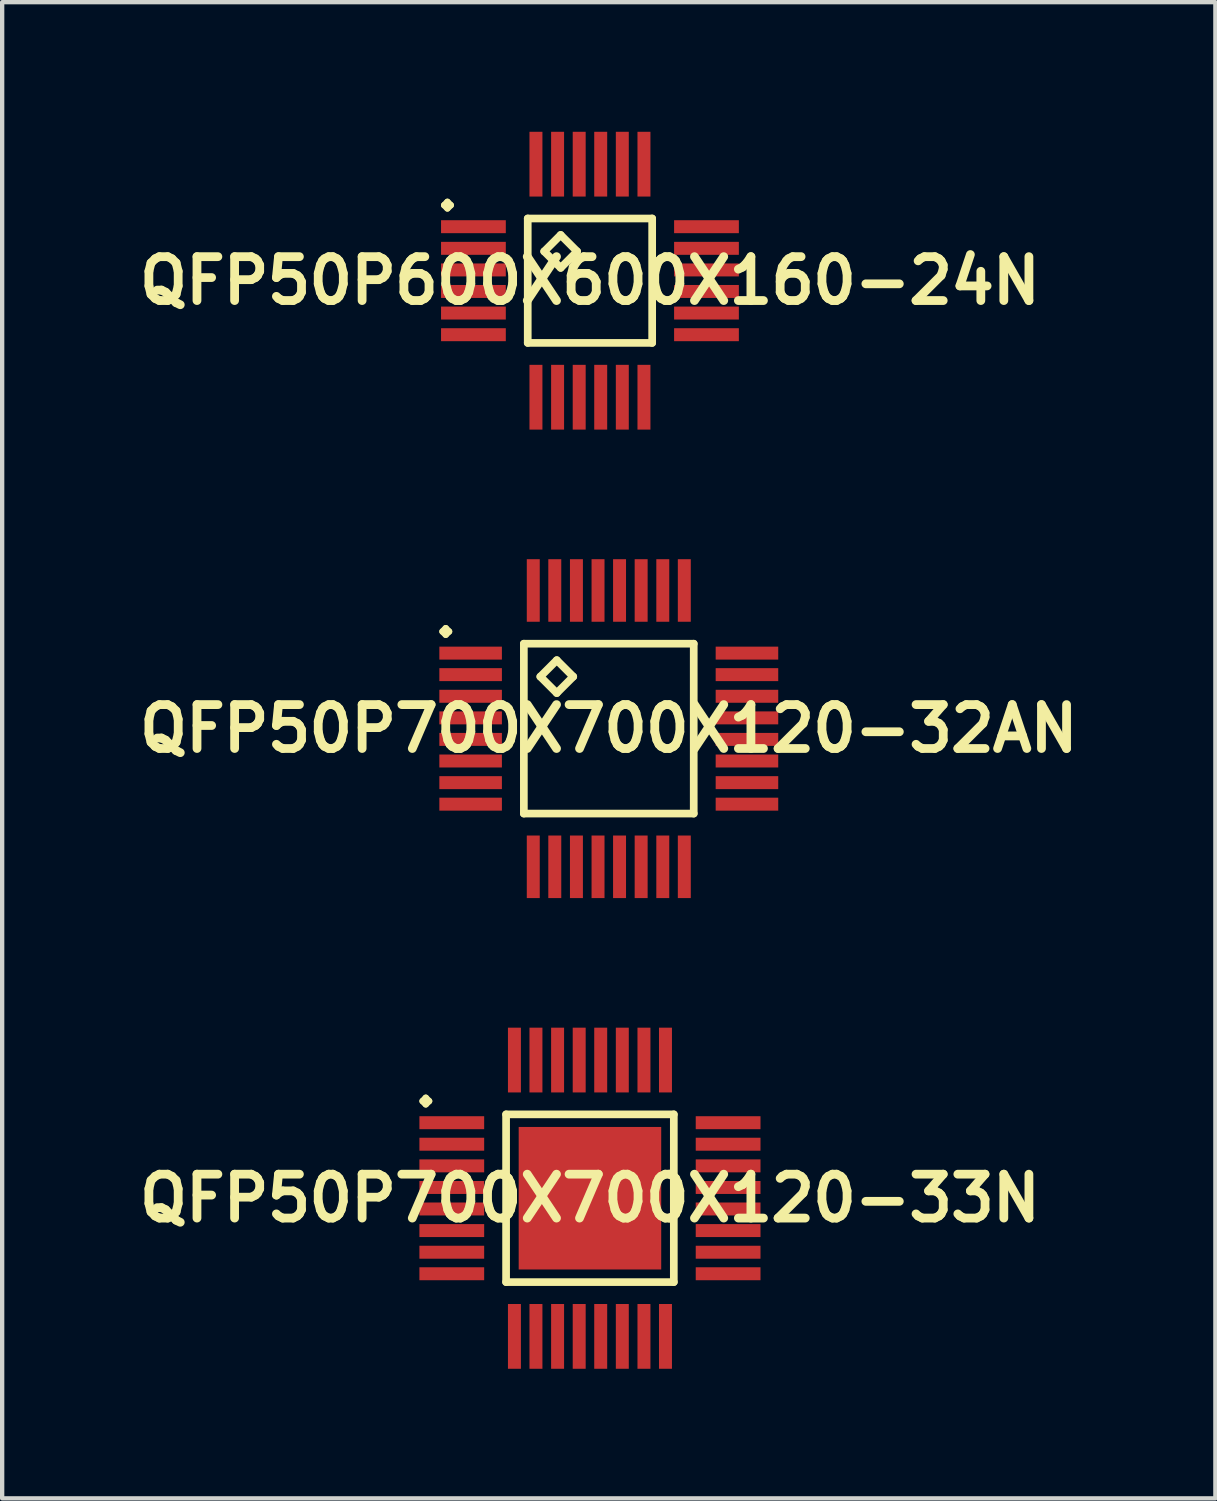
<source format=kicad_pcb>
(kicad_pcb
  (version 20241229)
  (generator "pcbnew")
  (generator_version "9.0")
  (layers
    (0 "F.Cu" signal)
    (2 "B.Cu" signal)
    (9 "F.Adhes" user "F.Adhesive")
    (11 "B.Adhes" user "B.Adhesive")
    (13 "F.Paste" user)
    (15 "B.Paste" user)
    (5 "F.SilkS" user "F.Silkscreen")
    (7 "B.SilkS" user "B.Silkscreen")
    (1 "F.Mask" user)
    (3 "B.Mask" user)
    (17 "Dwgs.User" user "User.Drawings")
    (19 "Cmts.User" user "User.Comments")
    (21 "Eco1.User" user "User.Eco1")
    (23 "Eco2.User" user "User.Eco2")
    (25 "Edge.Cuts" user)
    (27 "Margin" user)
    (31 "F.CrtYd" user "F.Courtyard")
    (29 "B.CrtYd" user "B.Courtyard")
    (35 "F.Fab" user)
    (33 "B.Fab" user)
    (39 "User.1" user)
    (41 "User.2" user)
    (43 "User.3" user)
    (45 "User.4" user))
  (footprint "QFP50P600X600X160-24N"
    (layer "F.Cu")
    (at 10.605 3.447)
    (property "Reference" "QFP50P600X600X160-24N" (at 0 0 0) (layer "F.SilkS") (effects (font (size 1.016 1.016) (thickness 0.203))))
    (attr smd)
    (fp_line (start -3.373 -1.748) (end -3.299 -1.824) (stroke (width 0.15) (type solid)) (layer "F.SilkS"))
    (fp_line (start -3.299 -1.824) (end -3.223 -1.748) (stroke (width 0.15) (type solid)) (layer "F.SilkS"))
    (fp_line (start -3.299 -1.674) (end -3.373 -1.748) (stroke (width 0.15) (type solid)) (layer "F.SilkS"))
    (fp_line (start -3.223 -1.748) (end -3.299 -1.674) (stroke (width 0.15) (type solid)) (layer "F.SilkS"))
    (fp_line (start -1.44 -1.44) (end -1.44 1.44) (stroke (width 0.178) (type solid)) (layer "F.SilkS"))
    (fp_line (start -1.44 1.44) (end 1.44 1.44) (stroke (width 0.178) (type solid)) (layer "F.SilkS"))
    (fp_line (start -1.059 -0.678) (end -0.678 -1.059) (stroke (width 0.178) (type solid)) (layer "F.SilkS"))
    (fp_line (start -0.678 -1.059) (end -0.297 -0.678) (stroke (width 0.178) (type solid)) (layer "F.SilkS"))
    (fp_line (start -0.678 -0.297) (end -1.059 -0.678) (stroke (width 0.178) (type solid)) (layer "F.SilkS"))
    (fp_line (start -0.297 -0.678) (end -0.678 -0.297) (stroke (width 0.178) (type solid)) (layer "F.SilkS"))
    (fp_line (start 1.44 -1.44) (end -1.44 -1.44) (stroke (width 0.178) (type solid)) (layer "F.SilkS"))
    (fp_line (start 1.44 1.44) (end 1.44 -1.44) (stroke (width 0.178) (type solid)) (layer "F.SilkS"))
    (pad "1" smd rect (at -2.697 -1.25) (size 1.499 0.3) (layers "F.Cu" "F.Mask" "F.Paste"))
    (pad "2" smd rect (at -2.697 -0.749) (size 1.499 0.3) (layers "F.Cu" "F.Mask" "F.Paste"))
    (pad "3" smd rect (at -2.697 -0.249) (size 1.499 0.3) (layers "F.Cu" "F.Mask" "F.Paste"))
    (pad "4" smd rect (at -2.697 0.249) (size 1.499 0.3) (layers "F.Cu" "F.Mask" "F.Paste"))
    (pad "5" smd rect (at -2.697 0.749) (size 1.499 0.3) (layers "F.Cu" "F.Mask" "F.Paste"))
    (pad "6" smd rect (at -2.697 1.25) (size 1.499 0.3) (layers "F.Cu" "F.Mask" "F.Paste"))
    (pad "7" smd rect (at -1.25 2.697) (size 0.3 1.499) (layers "F.Cu" "F.Mask" "F.Paste"))
    (pad "8" smd rect (at -0.749 2.697) (size 0.3 1.499) (layers "F.Cu" "F.Mask" "F.Paste"))
    (pad "9" smd rect (at -0.249 2.697) (size 0.3 1.499) (layers "F.Cu" "F.Mask" "F.Paste"))
    (pad "10" smd rect (at 0.249 2.697) (size 0.3 1.499) (layers "F.Cu" "F.Mask" "F.Paste"))
    (pad "11" smd rect (at 0.749 2.697) (size 0.3 1.499) (layers "F.Cu" "F.Mask" "F.Paste"))
    (pad "12" smd rect (at 1.25 2.697) (size 0.3 1.499) (layers "F.Cu" "F.Mask" "F.Paste"))
    (pad "13" smd rect (at 2.697 1.25) (size 1.499 0.3) (layers "F.Cu" "F.Mask" "F.Paste"))
    (pad "14" smd rect (at 2.697 0.749) (size 1.499 0.3) (layers "F.Cu" "F.Mask" "F.Paste"))
    (pad "15" smd rect (at 2.697 0.249) (size 1.499 0.3) (layers "F.Cu" "F.Mask" "F.Paste"))
    (pad "16" smd rect (at 2.697 -0.249) (size 1.499 0.3) (layers "F.Cu" "F.Mask" "F.Paste"))
    (pad "17" smd rect (at 2.697 -0.749) (size 1.499 0.3) (layers "F.Cu" "F.Mask" "F.Paste"))
    (pad "18" smd rect (at 2.697 -1.25) (size 1.499 0.3) (layers "F.Cu" "F.Mask" "F.Paste"))
    (pad "19" smd rect (at 1.25 -2.697) (size 0.3 1.499) (layers "F.Cu" "F.Mask" "F.Paste"))
    (pad "20" smd rect (at 0.749 -2.697) (size 0.3 1.499) (layers "F.Cu" "F.Mask" "F.Paste"))
    (pad "21" smd rect (at 0.249 -2.697) (size 0.3 1.499) (layers "F.Cu" "F.Mask" "F.Paste"))
    (pad "22" smd rect (at -0.249 -2.697) (size 0.3 1.499) (layers "F.Cu" "F.Mask" "F.Paste"))
    (pad "23" smd rect (at -0.749 -2.697) (size 0.3 1.499) (layers "F.Cu" "F.Mask" "F.Paste"))
    (pad "24" smd rect (at -1.25 -2.697) (size 0.3 1.499) (layers "F.Cu" "F.Mask" "F.Paste")))
  (footprint "QFP50P700X700X120-33N"
    (layer "F.Cu")
    (at 10.605 24.684)
    (property "Reference" "QFP50P700X700X120-33N" (at 0 0 0) (layer "F.SilkS") (effects (font (size 1.016 1.016) (thickness 0.203))))
    (attr smd)
    (fp_line (start -3.873 -2.248) (end -3.8 -2.324) (stroke (width 0.15) (type solid)) (layer "F.SilkS"))
    (fp_line (start -3.8 -2.324) (end -3.724 -2.248) (stroke (width 0.15) (type solid)) (layer "F.SilkS"))
    (fp_line (start -3.8 -2.174) (end -3.873 -2.248) (stroke (width 0.15) (type solid)) (layer "F.SilkS"))
    (fp_line (start -3.724 -2.248) (end -3.8 -2.174) (stroke (width 0.15) (type solid)) (layer "F.SilkS"))
    (fp_line (start -1.941 -1.941) (end -1.941 1.941) (stroke (width 0.178) (type solid)) (layer "F.SilkS"))
    (fp_line (start -1.941 1.941) (end 1.941 1.941) (stroke (width 0.178) (type solid)) (layer "F.SilkS"))
    (fp_line (start 1.941 -1.941) (end -1.941 -1.941) (stroke (width 0.178) (type solid)) (layer "F.SilkS"))
    (fp_line (start 1.941 1.941) (end 1.941 -1.941) (stroke (width 0.178) (type solid)) (layer "F.SilkS"))
    (pad "1" smd rect (at -3.198 -1.748) (size 1.499 0.3) (layers "F.Cu" "F.Mask" "F.Paste"))
    (pad "2" smd rect (at -3.198 -1.25) (size 1.499 0.3) (layers "F.Cu" "F.Mask" "F.Paste"))
    (pad "3" smd rect (at -3.198 -0.749) (size 1.499 0.3) (layers "F.Cu" "F.Mask" "F.Paste"))
    (pad "4" smd rect (at -3.198 -0.249) (size 1.499 0.3) (layers "F.Cu" "F.Mask" "F.Paste"))
    (pad "5" smd rect (at -3.198 0.249) (size 1.499 0.3) (layers "F.Cu" "F.Mask" "F.Paste"))
    (pad "6" smd rect (at -3.198 0.749) (size 1.499 0.3) (layers "F.Cu" "F.Mask" "F.Paste"))
    (pad "7" smd rect (at -3.198 1.25) (size 1.499 0.3) (layers "F.Cu" "F.Mask" "F.Paste"))
    (pad "8" smd rect (at -3.198 1.748) (size 1.499 0.3) (layers "F.Cu" "F.Mask" "F.Paste"))
    (pad "9" smd rect (at -1.748 3.198) (size 0.3 1.499) (layers "F.Cu" "F.Mask" "F.Paste"))
    (pad "10" smd rect (at -1.25 3.198) (size 0.3 1.499) (layers "F.Cu" "F.Mask" "F.Paste"))
    (pad "11" smd rect (at -0.749 3.198) (size 0.3 1.499) (layers "F.Cu" "F.Mask" "F.Paste"))
    (pad "12" smd rect (at -0.249 3.198) (size 0.3 1.499) (layers "F.Cu" "F.Mask" "F.Paste"))
    (pad "13" smd rect (at 0.249 3.198) (size 0.3 1.499) (layers "F.Cu" "F.Mask" "F.Paste"))
    (pad "14" smd rect (at 0.749 3.198) (size 0.3 1.499) (layers "F.Cu" "F.Mask" "F.Paste"))
    (pad "15" smd rect (at 1.25 3.198) (size 0.3 1.499) (layers "F.Cu" "F.Mask" "F.Paste"))
    (pad "16" smd rect (at 1.748 3.198) (size 0.3 1.499) (layers "F.Cu" "F.Mask" "F.Paste"))
    (pad "17" smd rect (at 3.198 1.748) (size 1.499 0.3) (layers "F.Cu" "F.Mask" "F.Paste"))
    (pad "18" smd rect (at 3.198 1.25) (size 1.499 0.3) (layers "F.Cu" "F.Mask" "F.Paste"))
    (pad "19" smd rect (at 3.198 0.749) (size 1.499 0.3) (layers "F.Cu" "F.Mask" "F.Paste"))
    (pad "20" smd rect (at 3.198 0.249) (size 1.499 0.3) (layers "F.Cu" "F.Mask" "F.Paste"))
    (pad "21" smd rect (at 3.198 -0.249) (size 1.499 0.3) (layers "F.Cu" "F.Mask" "F.Paste"))
    (pad "22" smd rect (at 3.198 -0.749) (size 1.499 0.3) (layers "F.Cu" "F.Mask" "F.Paste"))
    (pad "23" smd rect (at 3.198 -1.25) (size 1.499 0.3) (layers "F.Cu" "F.Mask" "F.Paste"))
    (pad "24" smd rect (at 3.198 -1.748) (size 1.499 0.3) (layers "F.Cu" "F.Mask" "F.Paste"))
    (pad "25" smd rect (at 1.748 -3.198) (size 0.3 1.499) (layers "F.Cu" "F.Mask" "F.Paste"))
    (pad "26" smd rect (at 1.25 -3.198) (size 0.3 1.499) (layers "F.Cu" "F.Mask" "F.Paste"))
    (pad "27" smd rect (at 0.749 -3.198) (size 0.3 1.499) (layers "F.Cu" "F.Mask" "F.Paste"))
    (pad "28" smd rect (at 0.249 -3.198) (size 0.3 1.499) (layers "F.Cu" "F.Mask" "F.Paste"))
    (pad "29" smd rect (at -0.249 -3.198) (size 0.3 1.499) (layers "F.Cu" "F.Mask" "F.Paste"))
    (pad "30" smd rect (at -0.749 -3.198) (size 0.3 1.499) (layers "F.Cu" "F.Mask" "F.Paste"))
    (pad "31" smd rect (at -1.25 -3.198) (size 0.3 1.499) (layers "F.Cu" "F.Mask" "F.Paste"))
    (pad "32" smd rect (at -1.748 -3.198) (size 0.3 1.499) (layers "F.Cu" "F.Mask" "F.Paste"))
    (pad "33" smd rect (at 0 0) (size 3.299 3.299) (layers "F.Cu" "F.Mask" "F.Paste")))
  (footprint "QFP50P700X700X120-32AN"
    (layer "F.Cu")
    (at 11.041 13.815)
    (property "Reference" "QFP50P700X700X120-32AN" (at 0 0 0) (layer "F.SilkS") (effects (font (size 1.016 1.016) (thickness 0.203))))
    (attr smd)
    (fp_line (start -3.848 -2.248) (end -3.774 -2.324) (stroke (width 0.15) (type solid)) (layer "F.SilkS"))
    (fp_line (start -3.774 -2.324) (end -3.698 -2.248) (stroke (width 0.15) (type solid)) (layer "F.SilkS"))
    (fp_line (start -3.774 -2.174) (end -3.848 -2.248) (stroke (width 0.15) (type solid)) (layer "F.SilkS"))
    (fp_line (start -3.698 -2.248) (end -3.774 -2.174) (stroke (width 0.15) (type solid)) (layer "F.SilkS"))
    (fp_line (start -1.966 -1.966) (end -1.966 1.966) (stroke (width 0.178) (type solid)) (layer "F.SilkS"))
    (fp_line (start -1.966 1.966) (end 1.966 1.966) (stroke (width 0.178) (type solid)) (layer "F.SilkS"))
    (fp_line (start -1.585 -1.204) (end -1.204 -1.585) (stroke (width 0.178) (type solid)) (layer "F.SilkS"))
    (fp_line (start -1.204 -1.585) (end -0.823 -1.204) (stroke (width 0.178) (type solid)) (layer "F.SilkS"))
    (fp_line (start -1.204 -0.823) (end -1.585 -1.204) (stroke (width 0.178) (type solid)) (layer "F.SilkS"))
    (fp_line (start -0.823 -1.204) (end -1.204 -0.823) (stroke (width 0.178) (type solid)) (layer "F.SilkS"))
    (fp_line (start 1.966 -1.966) (end -1.966 -1.966) (stroke (width 0.178) (type solid)) (layer "F.SilkS"))
    (fp_line (start 1.966 1.966) (end 1.966 -1.966) (stroke (width 0.178) (type solid)) (layer "F.SilkS"))
    (pad "1" smd rect (at -3.198 -1.748) (size 1.448 0.3) (layers "F.Cu" "F.Mask" "F.Paste"))
    (pad "2" smd rect (at -3.198 -1.25) (size 1.448 0.3) (layers "F.Cu" "F.Mask" "F.Paste"))
    (pad "3" smd rect (at -3.198 -0.749) (size 1.448 0.3) (layers "F.Cu" "F.Mask" "F.Paste"))
    (pad "4" smd rect (at -3.198 -0.249) (size 1.448 0.3) (layers "F.Cu" "F.Mask" "F.Paste"))
    (pad "5" smd rect (at -3.198 0.249) (size 1.448 0.3) (layers "F.Cu" "F.Mask" "F.Paste"))
    (pad "6" smd rect (at -3.198 0.749) (size 1.448 0.3) (layers "F.Cu" "F.Mask" "F.Paste"))
    (pad "7" smd rect (at -3.198 1.25) (size 1.448 0.3) (layers "F.Cu" "F.Mask" "F.Paste"))
    (pad "8" smd rect (at -3.198 1.748) (size 1.448 0.3) (layers "F.Cu" "F.Mask" "F.Paste"))
    (pad "9" smd rect (at -1.748 3.198) (size 0.3 1.448) (layers "F.Cu" "F.Mask" "F.Paste"))
    (pad "10" smd rect (at -1.25 3.198) (size 0.3 1.448) (layers "F.Cu" "F.Mask" "F.Paste"))
    (pad "11" smd rect (at -0.749 3.198) (size 0.3 1.448) (layers "F.Cu" "F.Mask" "F.Paste"))
    (pad "12" smd rect (at -0.249 3.198) (size 0.3 1.448) (layers "F.Cu" "F.Mask" "F.Paste"))
    (pad "13" smd rect (at 0.249 3.198) (size 0.3 1.448) (layers "F.Cu" "F.Mask" "F.Paste"))
    (pad "14" smd rect (at 0.749 3.198) (size 0.3 1.448) (layers "F.Cu" "F.Mask" "F.Paste"))
    (pad "15" smd rect (at 1.25 3.198) (size 0.3 1.448) (layers "F.Cu" "F.Mask" "F.Paste"))
    (pad "16" smd rect (at 1.748 3.198) (size 0.3 1.448) (layers "F.Cu" "F.Mask" "F.Paste"))
    (pad "17" smd rect (at 3.198 1.748) (size 1.448 0.3) (layers "F.Cu" "F.Mask" "F.Paste"))
    (pad "18" smd rect (at 3.198 1.25) (size 1.448 0.3) (layers "F.Cu" "F.Mask" "F.Paste"))
    (pad "19" smd rect (at 3.198 0.749) (size 1.448 0.3) (layers "F.Cu" "F.Mask" "F.Paste"))
    (pad "20" smd rect (at 3.198 0.249) (size 1.448 0.3) (layers "F.Cu" "F.Mask" "F.Paste"))
    (pad "21" smd rect (at 3.198 -0.249) (size 1.448 0.3) (layers "F.Cu" "F.Mask" "F.Paste"))
    (pad "22" smd rect (at 3.198 -0.749) (size 1.448 0.3) (layers "F.Cu" "F.Mask" "F.Paste"))
    (pad "23" smd rect (at 3.198 -1.25) (size 1.448 0.3) (layers "F.Cu" "F.Mask" "F.Paste"))
    (pad "24" smd rect (at 3.198 -1.748) (size 1.448 0.3) (layers "F.Cu" "F.Mask" "F.Paste"))
    (pad "25" smd rect (at 1.748 -3.198) (size 0.3 1.448) (layers "F.Cu" "F.Mask" "F.Paste"))
    (pad "26" smd rect (at 1.25 -3.198) (size 0.3 1.448) (layers "F.Cu" "F.Mask" "F.Paste"))
    (pad "27" smd rect (at 0.749 -3.198) (size 0.3 1.448) (layers "F.Cu" "F.Mask" "F.Paste"))
    (pad "28" smd rect (at 0.249 -3.198) (size 0.3 1.448) (layers "F.Cu" "F.Mask" "F.Paste"))
    (pad "29" smd rect (at -0.249 -3.198) (size 0.3 1.448) (layers "F.Cu" "F.Mask" "F.Paste"))
    (pad "30" smd rect (at -0.749 -3.198) (size 0.3 1.448) (layers "F.Cu" "F.Mask" "F.Paste"))
    (pad "31" smd rect (at -1.25 -3.198) (size 0.3 1.448) (layers "F.Cu" "F.Mask" "F.Paste"))
    (pad "32" smd rect (at -1.748 -3.198) (size 0.3 1.448) (layers "F.Cu" "F.Mask" "F.Paste")))
  (gr_rect
    (start -3 -3)
    (end 25.081 31.631)
    (stroke (width 0.1) (type default))
    (fill no)
    (layer "Edge.Cuts")))
</source>
